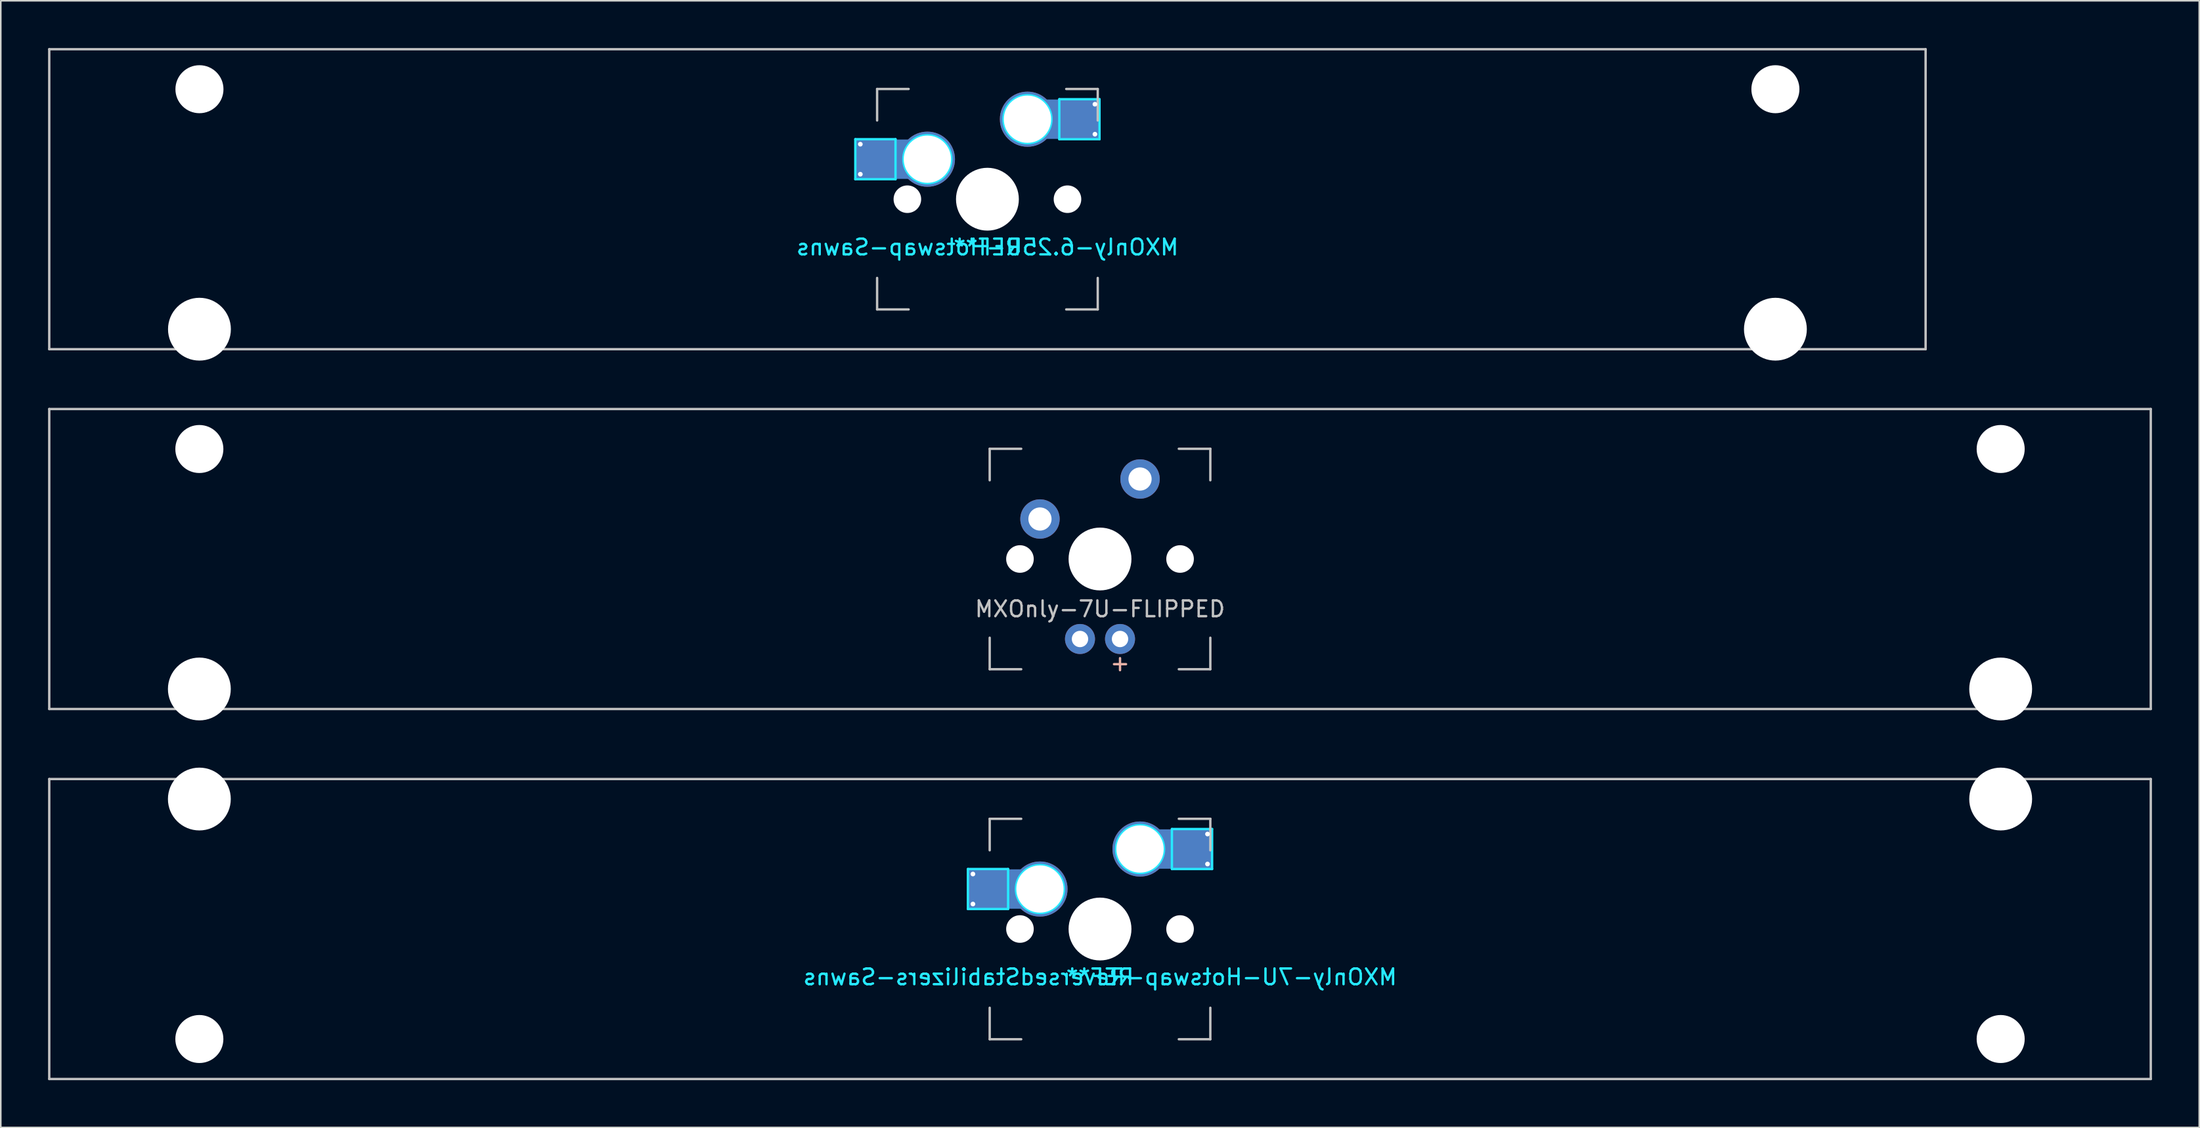
<source format=kicad_pcb>
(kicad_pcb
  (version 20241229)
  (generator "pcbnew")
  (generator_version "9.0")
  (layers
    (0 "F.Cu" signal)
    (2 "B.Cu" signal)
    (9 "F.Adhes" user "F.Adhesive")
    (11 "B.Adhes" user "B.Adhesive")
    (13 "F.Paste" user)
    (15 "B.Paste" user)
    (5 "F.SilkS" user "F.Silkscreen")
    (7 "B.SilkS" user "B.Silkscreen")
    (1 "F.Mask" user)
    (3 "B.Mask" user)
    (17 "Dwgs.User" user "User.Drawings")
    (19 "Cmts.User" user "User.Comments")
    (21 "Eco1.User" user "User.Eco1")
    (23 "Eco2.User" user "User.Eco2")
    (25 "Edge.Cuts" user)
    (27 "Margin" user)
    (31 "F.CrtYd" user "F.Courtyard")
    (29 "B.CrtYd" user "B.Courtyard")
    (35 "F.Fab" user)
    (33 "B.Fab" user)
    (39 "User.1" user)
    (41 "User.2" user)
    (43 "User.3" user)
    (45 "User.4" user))
  (footprint "MXOnly-7U-Hotswap-ReversedStabilizers-Sawns"
    (layer "F.Cu")
    (at 66.75 55.947)
    (property "Reference" "MXOnly-7U-Hotswap-ReversedStabilizers-Sawns" (at 0 3.048 0) (layer "B.CrtYd") (effects (font (size 1 1) (thickness 0.15)) (justify mirror)))
    (attr smd)
    (fp_line (start -66.675 -9.525) (end 66.675 -9.525) (stroke (width 0.15) (type solid)) (layer "Dwgs.User"))
    (fp_line (start -66.675 9.525) (end -66.675 -9.525) (stroke (width 0.15) (type solid)) (layer "Dwgs.User"))
    (fp_line (start -7 -7) (end -7 -5) (stroke (width 0.15) (type solid)) (layer "Dwgs.User"))
    (fp_line (start -7 5) (end -7 7) (stroke (width 0.15) (type solid)) (layer "Dwgs.User"))
    (fp_line (start -7 7) (end -5 7) (stroke (width 0.15) (type solid)) (layer "Dwgs.User"))
    (fp_line (start -5 -7) (end -7 -7) (stroke (width 0.15) (type solid)) (layer "Dwgs.User"))
    (fp_line (start 5 -7) (end 7 -7) (stroke (width 0.15) (type solid)) (layer "Dwgs.User"))
    (fp_line (start 5 7) (end 7 7) (stroke (width 0.15) (type solid)) (layer "Dwgs.User"))
    (fp_line (start 7 -7) (end 7 -5) (stroke (width 0.15) (type solid)) (layer "Dwgs.User"))
    (fp_line (start 7 7) (end 7 5) (stroke (width 0.15) (type solid)) (layer "Dwgs.User"))
    (fp_line (start 66.675 -9.525) (end 66.675 9.525) (stroke (width 0.15) (type solid)) (layer "Dwgs.User"))
    (fp_line (start 66.675 9.525) (end -66.675 9.525) (stroke (width 0.15) (type solid)) (layer "Dwgs.User"))
    (fp_line (start -8.382 -3.81) (end -8.382 -1.27) (stroke (width 0.15) (type solid)) (layer "B.CrtYd"))
    (fp_line (start -8.382 -3.81) (end -5.832 -3.81) (stroke (width 0.15) (type solid)) (layer "B.CrtYd"))
    (fp_line (start -8.382 -1.27) (end -5.832 -1.27) (stroke (width 0.15) (type solid)) (layer "B.CrtYd"))
    (fp_line (start -5.832 -3.81) (end -5.832 -1.27) (stroke (width 0.15) (type solid)) (layer "B.CrtYd"))
    (fp_line (start 4.562 -6.35) (end 4.562 -3.81) (stroke (width 0.15) (type solid)) (layer "B.CrtYd"))
    (fp_line (start 4.562 -6.35) (end 7.112 -6.35) (stroke (width 0.15) (type solid)) (layer "B.CrtYd"))
    (fp_line (start 7.112 -6.35) (end 7.112 -3.81) (stroke (width 0.15) (type solid)) (layer "B.CrtYd"))
    (fp_line (start 7.112 -3.81) (end 4.562 -3.81) (stroke (width 0.15) (type solid)) (layer "B.CrtYd"))
    (fp_circle (center -3.81 -2.54) (end -3.81 -4.064) (stroke (width 0.15) (type solid)) (fill no) (layer "B.CrtYd"))
    (fp_circle (center 2.54 -5.08) (end 2.54 -6.604) (stroke (width 0.15) (type solid)) (fill no) (layer "B.CrtYd"))
    (fp_text user "REF**" (at 0 3.048 0) (layer "B.CrtYd") (effects (font (size 1 1) (thickness 0.15)) (justify mirror)))
    (pad "" np_thru_hole circle (at -57.15 -8.255) (size 3.988 3.988) (drill 3.988) (layers "*.Cu" "*.Mask"))
    (pad "" np_thru_hole circle (at -57.15 6.985) (size 3.048 3.048) (drill 3.048) (layers "*.Cu" "*.Mask"))
    (pad "" smd rect (at -7.085 -2.54) (size 2.55 2.5) (layers "B.Mask" "B.Paste"))
    (pad "" np_thru_hole circle (at -5.08 0 48.1) (size 1.75 1.75) (drill 1.75) (layers "*.Cu" "*.Mask"))
    (pad "" np_thru_hole circle (at 0 0) (size 3.988 3.988) (drill 3.988) (layers "*.Cu" "*.Mask"))
    (pad "" np_thru_hole circle (at 5.08 0 48.1) (size 1.75 1.75) (drill 1.75) (layers "*.Cu" "*.Mask"))
    (pad "" smd rect (at 5.842 -5.08) (size 2.55 2.5) (layers "B.Mask" "B.Paste"))
    (pad "" np_thru_hole circle (at 57.15 -8.255) (size 3.988 3.988) (drill 3.988) (layers "*.Cu" "*.Mask"))
    (pad "" np_thru_hole circle (at 57.15 6.985) (size 3.048 3.048) (drill 3.048) (layers "*.Cu" "*.Mask"))
    (pad "1" thru_hole circle (at -8.065 -3.493) (size 0.5 0.5) (drill 0.3) (layers "*.Cu" "*.Mask"))
    (pad "1" thru_hole circle (at -8.065 -1.587) (size 0.5 0.5) (drill 0.3) (layers "*.Cu" "*.Mask"))
    (pad "1" smd rect (at -6.45 -2.54) (size 3.82 2.5) (layers "B.Cu"))
    (pad "1" thru_hole circle (at -3.81 -2.54) (size 3.5 3.5) (drill 3) (layers "*.Cu" "*.Mask"))
    (pad "2" thru_hole circle (at 2.54 -5.08) (size 3.5 3.5) (drill 3) (layers "*.Cu" "*.Mask"))
    (pad "2" smd rect (at 5.207 -5.08) (size 3.82 2.5) (layers "B.Cu"))
    (pad "2" thru_hole circle (at 6.822 -6.032) (size 0.5 0.5) (drill 0.3) (layers "*.Cu" "*.Mask"))
    (pad "2" thru_hole circle (at 6.822 -4.128) (size 0.5 0.5) (drill 0.3) (layers "*.Cu" "*.Mask")))
  (footprint "MXOnly-6.25U-Hotswap-Sawns"
    (layer "F.Cu")
    (at 59.606 9.6)
    (property "Reference" "MXOnly-6.25U-Hotswap-Sawns" (at 0 3.048 0) (layer "B.CrtYd") (effects (font (size 1 1) (thickness 0.15)) (justify mirror)))
    (attr smd)
    (fp_line (start -59.531 -9.525) (end 59.531 -9.525) (stroke (width 0.15) (type solid)) (layer "Dwgs.User"))
    (fp_line (start -59.531 9.525) (end -59.531 -9.525) (stroke (width 0.15) (type solid)) (layer "Dwgs.User"))
    (fp_line (start -7 -7) (end -7 -5) (stroke (width 0.15) (type solid)) (layer "Dwgs.User"))
    (fp_line (start -7 5) (end -7 7) (stroke (width 0.15) (type solid)) (layer "Dwgs.User"))
    (fp_line (start -7 7) (end -5 7) (stroke (width 0.15) (type solid)) (layer "Dwgs.User"))
    (fp_line (start -5 -7) (end -7 -7) (stroke (width 0.15) (type solid)) (layer "Dwgs.User"))
    (fp_line (start 5 -7) (end 7 -7) (stroke (width 0.15) (type solid)) (layer "Dwgs.User"))
    (fp_line (start 5 7) (end 7 7) (stroke (width 0.15) (type solid)) (layer "Dwgs.User"))
    (fp_line (start 7 -7) (end 7 -5) (stroke (width 0.15) (type solid)) (layer "Dwgs.User"))
    (fp_line (start 7 7) (end 7 5) (stroke (width 0.15) (type solid)) (layer "Dwgs.User"))
    (fp_line (start 59.531 -9.525) (end 59.531 9.525) (stroke (width 0.15) (type solid)) (layer "Dwgs.User"))
    (fp_line (start 59.531 9.525) (end -59.531 9.525) (stroke (width 0.15) (type solid)) (layer "Dwgs.User"))
    (fp_line (start -8.382 -3.81) (end -8.382 -1.27) (stroke (width 0.15) (type solid)) (layer "B.CrtYd"))
    (fp_line (start -8.382 -3.81) (end -5.832 -3.81) (stroke (width 0.15) (type solid)) (layer "B.CrtYd"))
    (fp_line (start -8.382 -1.27) (end -5.832 -1.27) (stroke (width 0.15) (type solid)) (layer "B.CrtYd"))
    (fp_line (start -5.832 -3.81) (end -5.832 -1.27) (stroke (width 0.15) (type solid)) (layer "B.CrtYd"))
    (fp_line (start 4.562 -6.35) (end 4.562 -3.81) (stroke (width 0.15) (type solid)) (layer "B.CrtYd"))
    (fp_line (start 4.562 -6.35) (end 7.112 -6.35) (stroke (width 0.15) (type solid)) (layer "B.CrtYd"))
    (fp_line (start 7.112 -6.35) (end 7.112 -3.81) (stroke (width 0.15) (type solid)) (layer "B.CrtYd"))
    (fp_line (start 7.112 -3.81) (end 4.562 -3.81) (stroke (width 0.15) (type solid)) (layer "B.CrtYd"))
    (fp_circle (center -3.81 -2.54) (end -3.81 -4.064) (stroke (width 0.15) (type solid)) (fill no) (layer "B.CrtYd"))
    (fp_circle (center 2.54 -5.08) (end 2.54 -6.604) (stroke (width 0.15) (type solid)) (fill no) (layer "B.CrtYd"))
    (fp_text user "REF**" (at 0 3.048 0) (layer "B.CrtYd") (effects (font (size 1 1) (thickness 0.15)) (justify mirror)))
    (pad "" np_thru_hole circle (at -50 -6.985) (size 3.048 3.048) (drill 3.048) (layers "*.Cu" "*.Mask"))
    (pad "" np_thru_hole circle (at -50 8.255) (size 3.988 3.988) (drill 3.988) (layers "*.Cu" "*.Mask"))
    (pad "" smd rect (at -7.085 -2.54) (size 2.55 2.5) (layers "B.Mask" "B.Paste"))
    (pad "" np_thru_hole circle (at -5.08 0 48.1) (size 1.75 1.75) (drill 1.75) (layers "*.Cu" "*.Mask"))
    (pad "" np_thru_hole circle (at 0 0) (size 3.988 3.988) (drill 3.988) (layers "*.Cu" "*.Mask"))
    (pad "" np_thru_hole circle (at 5.08 0 48.1) (size 1.75 1.75) (drill 1.75) (layers "*.Cu" "*.Mask"))
    (pad "" smd rect (at 5.842 -5.08) (size 2.55 2.5) (layers "B.Mask" "B.Paste"))
    (pad "" np_thru_hole circle (at 50 -6.985) (size 3.048 3.048) (drill 3.048) (layers "*.Cu" "*.Mask"))
    (pad "" np_thru_hole circle (at 50 8.255) (size 3.988 3.988) (drill 3.988) (layers "*.Cu" "*.Mask"))
    (pad "1" thru_hole circle (at -8.065 -3.493) (size 0.5 0.5) (drill 0.3) (layers "*.Cu" "*.Mask"))
    (pad "1" thru_hole circle (at -8.065 -1.587) (size 0.5 0.5) (drill 0.3) (layers "*.Cu" "*.Mask"))
    (pad "1" smd rect (at -6.45 -2.54) (size 3.82 2.5) (layers "B.Cu"))
    (pad "1" thru_hole circle (at -3.81 -2.54) (size 3.5 3.5) (drill 3) (layers "*.Cu" "*.Mask"))
    (pad "2" thru_hole circle (at 2.54 -5.08) (size 3.5 3.5) (drill 3) (layers "*.Cu" "*.Mask"))
    (pad "2" smd rect (at 5.207 -5.08) (size 3.82 2.5) (layers "B.Cu"))
    (pad "2" thru_hole circle (at 6.822 -6.032) (size 0.5 0.5) (drill 0.3) (layers "*.Cu" "*.Mask"))
    (pad "2" thru_hole circle (at 6.822 -4.128) (size 0.5 0.5) (drill 0.3) (layers "*.Cu" "*.Mask")))
  (footprint "MXOnly-7U-FLIPPED"
    (layer "F.Cu")
    (at 66.75 32.449)
    (property "Reference" "MXOnly-7U-FLIPPED" (at 0 3.175 0) (layer "Dwgs.User") (effects (font (size 1 1) (thickness 0.15))))
    (attr through_hole)
    (fp_line (start -66.675 -9.525) (end 66.675 -9.525) (stroke (width 0.15) (type solid)) (layer "Dwgs.User"))
    (fp_line (start -66.675 9.525) (end -66.675 -9.525) (stroke (width 0.15) (type solid)) (layer "Dwgs.User"))
    (fp_line (start -66.675 9.525) (end 66.675 9.525) (stroke (width 0.15) (type solid)) (layer "Dwgs.User"))
    (fp_line (start -7 -7) (end -7 -5) (stroke (width 0.15) (type solid)) (layer "Dwgs.User"))
    (fp_line (start -7 5) (end -7 7) (stroke (width 0.15) (type solid)) (layer "Dwgs.User"))
    (fp_line (start -7 7) (end -5 7) (stroke (width 0.15) (type solid)) (layer "Dwgs.User"))
    (fp_line (start -5 -7) (end -7 -7) (stroke (width 0.15) (type solid)) (layer "Dwgs.User"))
    (fp_line (start 5 -7) (end 7 -7) (stroke (width 0.15) (type solid)) (layer "Dwgs.User"))
    (fp_line (start 5 7) (end 7 7) (stroke (width 0.15) (type solid)) (layer "Dwgs.User"))
    (fp_line (start 7 -7) (end 7 -5) (stroke (width 0.15) (type solid)) (layer "Dwgs.User"))
    (fp_line (start 7 7) (end 7 5) (stroke (width 0.15) (type solid)) (layer "Dwgs.User"))
    (fp_line (start 66.675 -9.525) (end 66.675 9.525) (stroke (width 0.15) (type solid)) (layer "Dwgs.User"))
    (fp_text user "+" (at 1.27 6.604 0) (layer "B.SilkS") (effects (font (size 1 1) (thickness 0.15))))
    (pad "" np_thru_hole circle (at -57.15 -6.985) (size 3.048 3.048) (drill 3.048) (layers "*.Cu" "*.Mask"))
    (pad "" np_thru_hole circle (at -57.15 8.255) (size 3.988 3.988) (drill 3.988) (layers "*.Cu" "*.Mask"))
    (pad "" np_thru_hole circle (at -5.08 0 48.1) (size 1.75 1.75) (drill 1.75) (layers "*.Cu" "*.Mask"))
    (pad "" np_thru_hole circle (at 0 0) (size 3.988 3.988) (drill 3.988) (layers "*.Cu" "*.Mask"))
    (pad "" np_thru_hole circle (at 5.08 0 48.1) (size 1.75 1.75) (drill 1.75) (layers "*.Cu" "*.Mask"))
    (pad "" np_thru_hole circle (at 57.15 -6.985) (size 3.048 3.048) (drill 3.048) (layers "*.Cu" "*.Mask"))
    (pad "" np_thru_hole circle (at 57.15 8.255) (size 3.988 3.988) (drill 3.988) (layers "*.Cu" "*.Mask"))
    (pad "1" thru_hole circle (at -3.81 -2.54) (size 2.5 2.5) (drill 1.47) (layers "*.Cu" "*.Mask"))
    (pad "2" thru_hole circle (at 2.54 -5.08) (size 2.5 2.5) (drill 1.47) (layers "*.Cu" "*.Mask"))
    (pad "3" thru_hole circle (at 1.27 5.08) (size 1.905 1.905) (drill 1.04) (layers "*.Cu" "*.Mask"))
    (pad "4" thru_hole circle (at -1.27 5.08) (size 1.905 1.905) (drill 1.04) (layers "*.Cu" "*.Mask")))
  (gr_rect
    (start -3 -3)
    (end 136.5 68.547)
    (stroke (width 0.1) (type default))
    (fill no)
    (layer "Edge.Cuts")))
</source>
